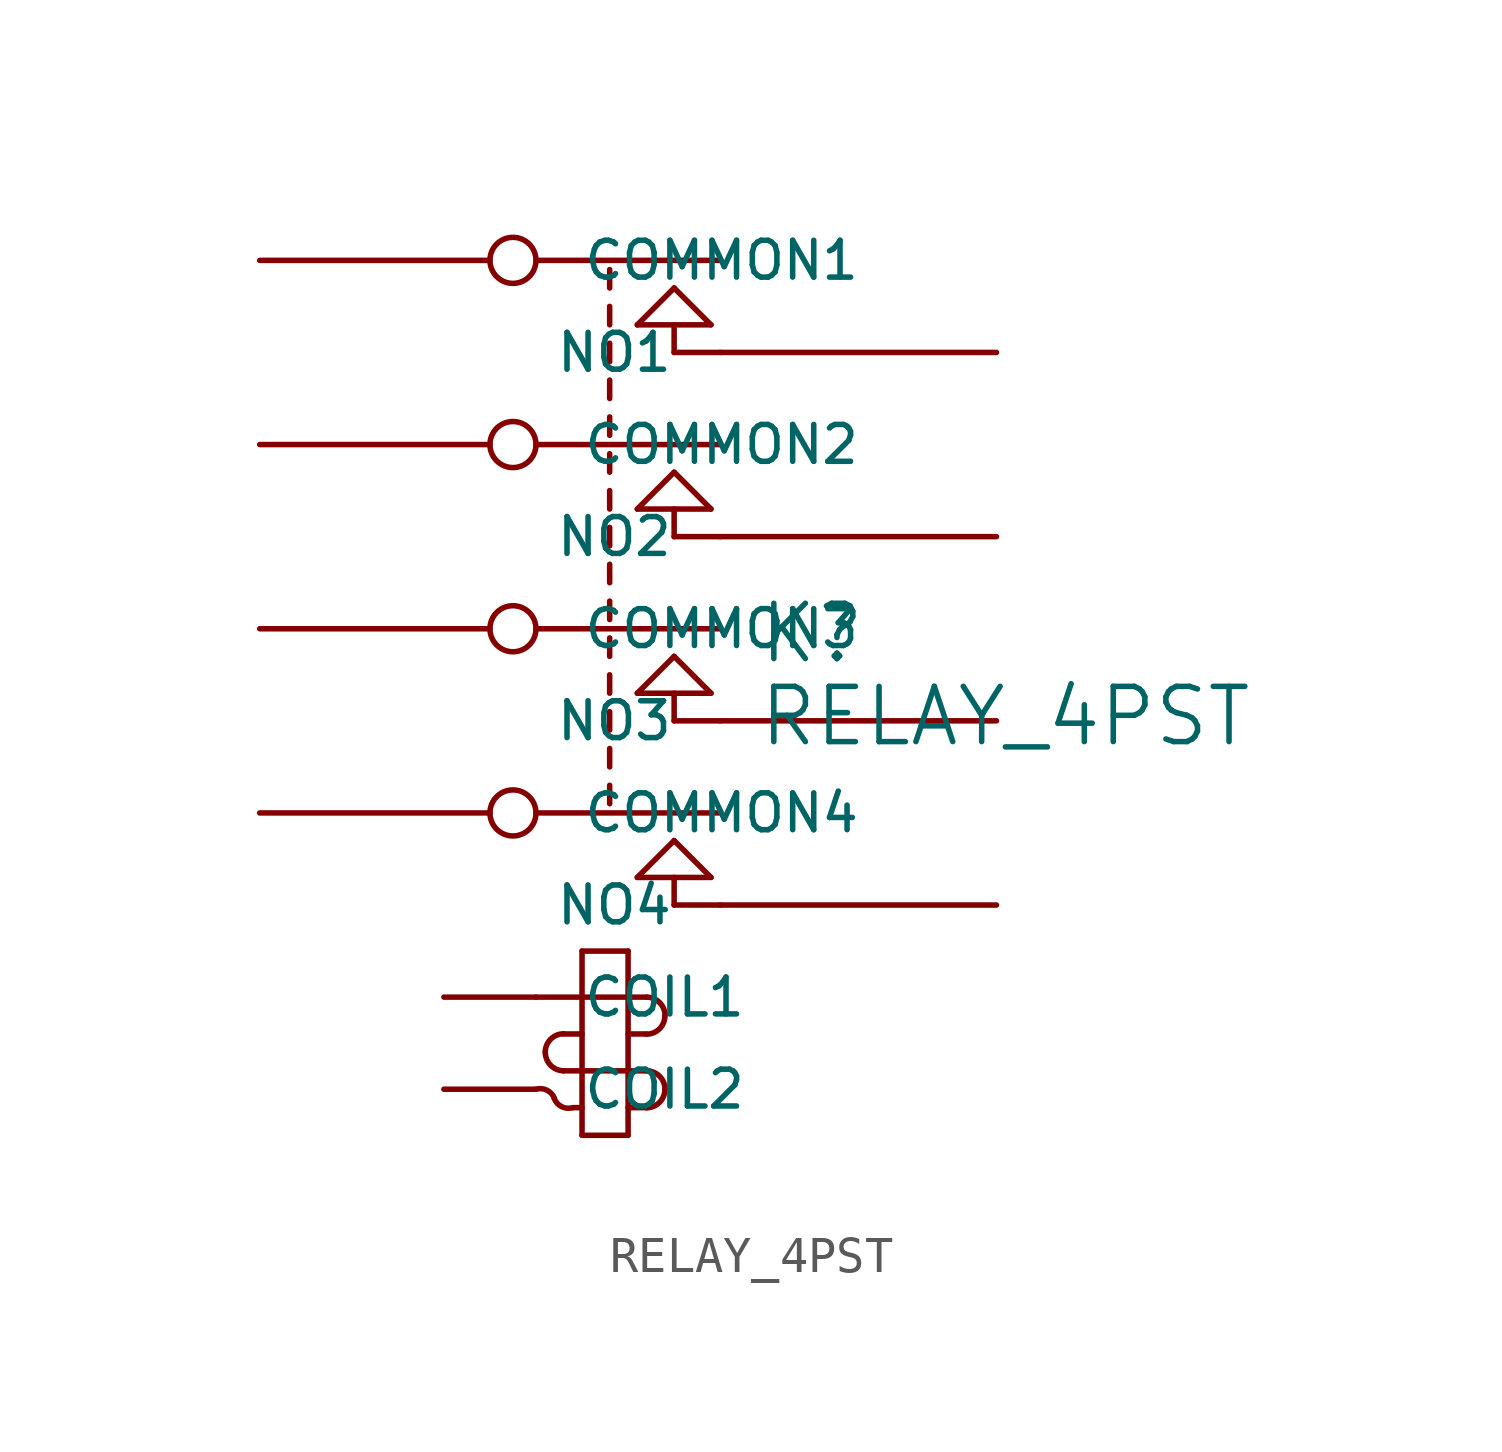
<source format=kicad_sym>
(kicad_symbol_lib
  (version 20231120)
  (generator "kicad_symbol_editor")
  (generator_version "8.0")
  (symbol "RELAY_4PST"
    (pin_names
      (offset 1.27))
    (property "Reference" "K"
      (at 6.096 -13.716 0)
      (effects (font (size 1.524 1.524)) (justify left bottom)))
    (property "Value" "RELAY_4PST"
      (at 6.096 -14.224 0)
      (effects (font (size 1.524 1.524)) (justify left top)))
    (symbol "RELAY_4PST_0_1"
      (polyline (pts (xy 0 -22.86) (xy 3.048 -22.86)) (stroke (width 0) (type solid)) (fill (type none)))
      (polyline (pts (xy 0 -17.78) (xy 5.08 -17.78)) (stroke (width 0) (type solid)) (fill (type none)))
      (polyline (pts (xy 0 -12.7) (xy 5.08 -12.7)) (stroke (width 0) (type solid)) (fill (type none)))
      (polyline (pts (xy 0 -7.62) (xy 5.08 -7.62)) (stroke (width 0) (type solid)) (fill (type none)))
      (polyline (pts (xy 0 -2.54) (xy 5.08 -2.54)) (stroke (width 0) (type solid)) (fill (type none)))
      (polyline (pts (xy 0.762 -24.892) (xy 3.048 -24.892)) (stroke (width 0) (type solid)) (fill (type none)))
      (polyline (pts (xy 1.016 -25.908) (xy 1.27 -25.908)) (stroke (width 0) (type solid)) (fill (type none)))
      (polyline (pts (xy 1.27 -26.67) (xy 2.54 -26.67)) (stroke (width 0) (type solid)) (fill (type none)))
      (polyline (pts (xy 1.27 -23.876) (xy 0.762 -23.876)) (stroke (width 0) (type solid)) (fill (type none)))
      (polyline (pts (xy 1.27 -21.59) (xy 1.27 -26.67)) (stroke (width 0) (type solid)) (fill (type none)))
      (polyline (pts (xy 2.032 -17.526) (xy 2.032 -17.018)) (stroke (width 0) (type solid)) (fill (type none)))
      (polyline (pts (xy 2.032 -16.51) (xy 2.032 -16.002)) (stroke (width 0) (type solid)) (fill (type none)))
      (polyline (pts (xy 2.032 -15.494) (xy 2.032 -14.986)) (stroke (width 0) (type solid)) (fill (type none)))
      (polyline (pts (xy 2.032 -14.478) (xy 2.032 -13.97)) (stroke (width 0) (type solid)) (fill (type none)))
      (polyline (pts (xy 2.032 -13.462) (xy 2.032 -12.954)) (stroke (width 0) (type solid)) (fill (type none)))
      (polyline (pts (xy 2.032 -12.446) (xy 2.032 -11.938)) (stroke (width 0) (type solid)) (fill (type none)))
      (polyline (pts (xy 2.032 -11.43) (xy 2.032 -10.922)) (stroke (width 0) (type solid)) (fill (type none)))
      (polyline (pts (xy 2.032 -10.414) (xy 2.032 -9.906)) (stroke (width 0) (type solid)) (fill (type none)))
      (polyline (pts (xy 2.032 -9.398) (xy 2.032 -8.89)) (stroke (width 0) (type solid)) (fill (type none)))
      (polyline (pts (xy 2.032 -8.382) (xy 2.032 -7.874)) (stroke (width 0) (type solid)) (fill (type none)))
      (polyline (pts (xy 2.032 -7.366) (xy 2.032 -6.858)) (stroke (width 0) (type solid)) (fill (type none)))
      (polyline (pts (xy 2.032 -6.35) (xy 2.032 -5.842)) (stroke (width 0) (type solid)) (fill (type none)))
      (polyline (pts (xy 2.032 -5.334) (xy 2.032 -4.826)) (stroke (width 0) (type solid)) (fill (type none)))
      (polyline (pts (xy 2.032 -4.318) (xy 2.032 -3.81)) (stroke (width 0) (type solid)) (fill (type none)))
      (polyline (pts (xy 2.032 -3.302) (xy 2.032 -2.794)) (stroke (width 0) (type solid)) (fill (type none)))
      (polyline (pts (xy 2.54 -26.67) (xy 2.54 -21.59)) (stroke (width 0) (type solid)) (fill (type none)))
      (polyline (pts (xy 2.54 -21.59) (xy 1.27 -21.59)) (stroke (width 0) (type solid)) (fill (type none)))
      (polyline (pts (xy 2.794 -19.558) (xy 3.81 -18.542)) (stroke (width 0) (type solid)) (fill (type none)))
      (polyline (pts (xy 2.794 -14.478) (xy 3.81 -13.462)) (stroke (width 0) (type solid)) (fill (type none)))
      (polyline (pts (xy 2.794 -9.398) (xy 3.81 -8.382)) (stroke (width 0) (type solid)) (fill (type none)))
      (polyline (pts (xy 2.794 -4.318) (xy 3.81 -3.302)) (stroke (width 0) (type solid)) (fill (type none)))
      (polyline (pts (xy 3.048 -25.908) (xy 2.54 -25.908)) (stroke (width 0) (type solid)) (fill (type none)))
      (polyline (pts (xy 3.048 -23.876) (xy 2.54 -23.876)) (stroke (width 0) (type solid)) (fill (type none)))
      (polyline (pts (xy 3.81 -20.32) (xy 5.08 -20.32)) (stroke (width 0) (type solid)) (fill (type none)))
      (polyline (pts (xy 3.81 -19.558) (xy 3.81 -20.32)) (stroke (width 0) (type solid)) (fill (type none)))
      (polyline (pts (xy 3.81 -18.542) (xy 4.826 -19.558)) (stroke (width 0) (type solid)) (fill (type none)))
      (polyline (pts (xy 3.81 -15.24) (xy 5.08 -15.24)) (stroke (width 0) (type solid)) (fill (type none)))
      (polyline (pts (xy 3.81 -14.478) (xy 3.81 -15.24)) (stroke (width 0) (type solid)) (fill (type none)))
      (polyline (pts (xy 3.81 -13.462) (xy 4.826 -14.478)) (stroke (width 0) (type solid)) (fill (type none)))
      (polyline (pts (xy 3.81 -10.16) (xy 5.08 -10.16)) (stroke (width 0) (type solid)) (fill (type none)))
      (polyline (pts (xy 3.81 -9.398) (xy 3.81 -10.16)) (stroke (width 0) (type solid)) (fill (type none)))
      (polyline (pts (xy 3.81 -8.382) (xy 4.826 -9.398)) (stroke (width 0) (type solid)) (fill (type none)))
      (polyline (pts (xy 3.81 -5.08) (xy 5.08 -5.08)) (stroke (width 0) (type solid)) (fill (type none)))
      (polyline (pts (xy 3.81 -4.318) (xy 3.81 -5.08)) (stroke (width 0) (type solid)) (fill (type none)))
      (polyline (pts (xy 3.81 -3.302) (xy 4.826 -4.318)) (stroke (width 0) (type solid)) (fill (type none)))
      (polyline (pts (xy 4.826 -19.558) (xy 2.794 -19.558)) (stroke (width 0) (type solid)) (fill (type none)))
      (polyline (pts (xy 4.826 -14.478) (xy 2.794 -14.478)) (stroke (width 0) (type solid)) (fill (type none)))
      (polyline (pts (xy 4.826 -9.398) (xy 2.794 -9.398)) (stroke (width 0) (type solid)) (fill (type none)))
      (polyline (pts (xy 4.826 -4.318) (xy 2.794 -4.318)) (stroke (width 0) (type solid)) (fill (type none)))
      (arc (start 0.254 -24.384) (mid 0.4028 -24.7432) (end 0.762 -24.892) (stroke (width 0) (type solid)) (fill (type none)))
      (arc (start 0.508 -25.654) (mid 0.2986 -25.4249) (end 0 -25.4) (stroke (width 0) (type solid)) (fill (type none)))
      (arc (start 0.508 -25.654) (mid 0.7174 -25.8831) (end 1.016 -25.908) (stroke (width 0) (type solid)) (fill (type none)))
      (arc (start 0.762 -23.876) (mid 0.4028 -24.0248) (end 0.254 -24.384) (stroke (width 0) (type solid)) (fill (type none)))
      (arc (start 3.048 -25.908) (mid 3.4072 -25.7592) (end 3.556 -25.4) (stroke (width 0) (type solid)) (fill (type none)))
      (arc (start 3.048 -23.876) (mid 3.4072 -23.7272) (end 3.556 -23.368) (stroke (width 0) (type solid)) (fill (type none)))
      (arc (start 3.556 -25.4) (mid 3.4072 -25.0408) (end 3.048 -24.892) (stroke (width 0) (type solid)) (fill (type none)))
      (arc (start 3.556 -23.368) (mid 3.4072 -23.0088) (end 3.048 -22.86) (stroke (width 0) (type solid)) (fill (type none))))
    (symbol "RELAY_4PST_1_1"
      (pin passive line (at -2.54 -22.86 0) (length 2.54) (name "COIL1" (effects (font (size 1.016 1.016)))) (number "~" (effects (font (size 1.27 1.27)))))
      (pin passive line (at -2.54 -25.4 0) (length 2.54) (name "COIL2" (effects (font (size 1.016 1.016)))) (number "~" (effects (font (size 1.27 1.27)))))
      (pin passive inverted (at -7.62 -2.54 0) (length 7.62) (name "COMMON1" (effects (font (size 1.016 1.016)))) (number "~" (effects (font (size 1.27 1.27)))))
      (pin passive inverted (at -7.62 -7.62 0) (length 7.62) (name "COMMON2" (effects (font (size 1.016 1.016)))) (number "~" (effects (font (size 1.27 1.27)))))
      (pin passive inverted (at -7.62 -12.7 0) (length 7.62) (name "COMMON3" (effects (font (size 1.016 1.016)))) (number "~" (effects (font (size 1.27 1.27)))))
      (pin passive inverted (at -7.62 -17.78 0) (length 7.62) (name "COMMON4" (effects (font (size 1.016 1.016)))) (number "~" (effects (font (size 1.27 1.27)))))
      (pin passive line (at 12.7 -5.08 180) (length 7.62) (name "NO1" (effects (font (size 1.016 1.016)))) (number "~" (effects (font (size 1.27 1.27)))))
      (pin passive line (at 12.7 -10.16 180) (length 7.62) (name "NO2" (effects (font (size 1.016 1.016)))) (number "~" (effects (font (size 1.27 1.27)))))
      (pin passive line (at 12.7 -15.24 180) (length 7.62) (name "NO3" (effects (font (size 1.016 1.016)))) (number "~" (effects (font (size 1.27 1.27)))))
      (pin passive line (at 12.7 -20.32 180) (length 7.62) (name "NO4" (effects (font (size 1.016 1.016)))) (number "~" (effects (font (size 1.27 1.27))))))))
</source>
